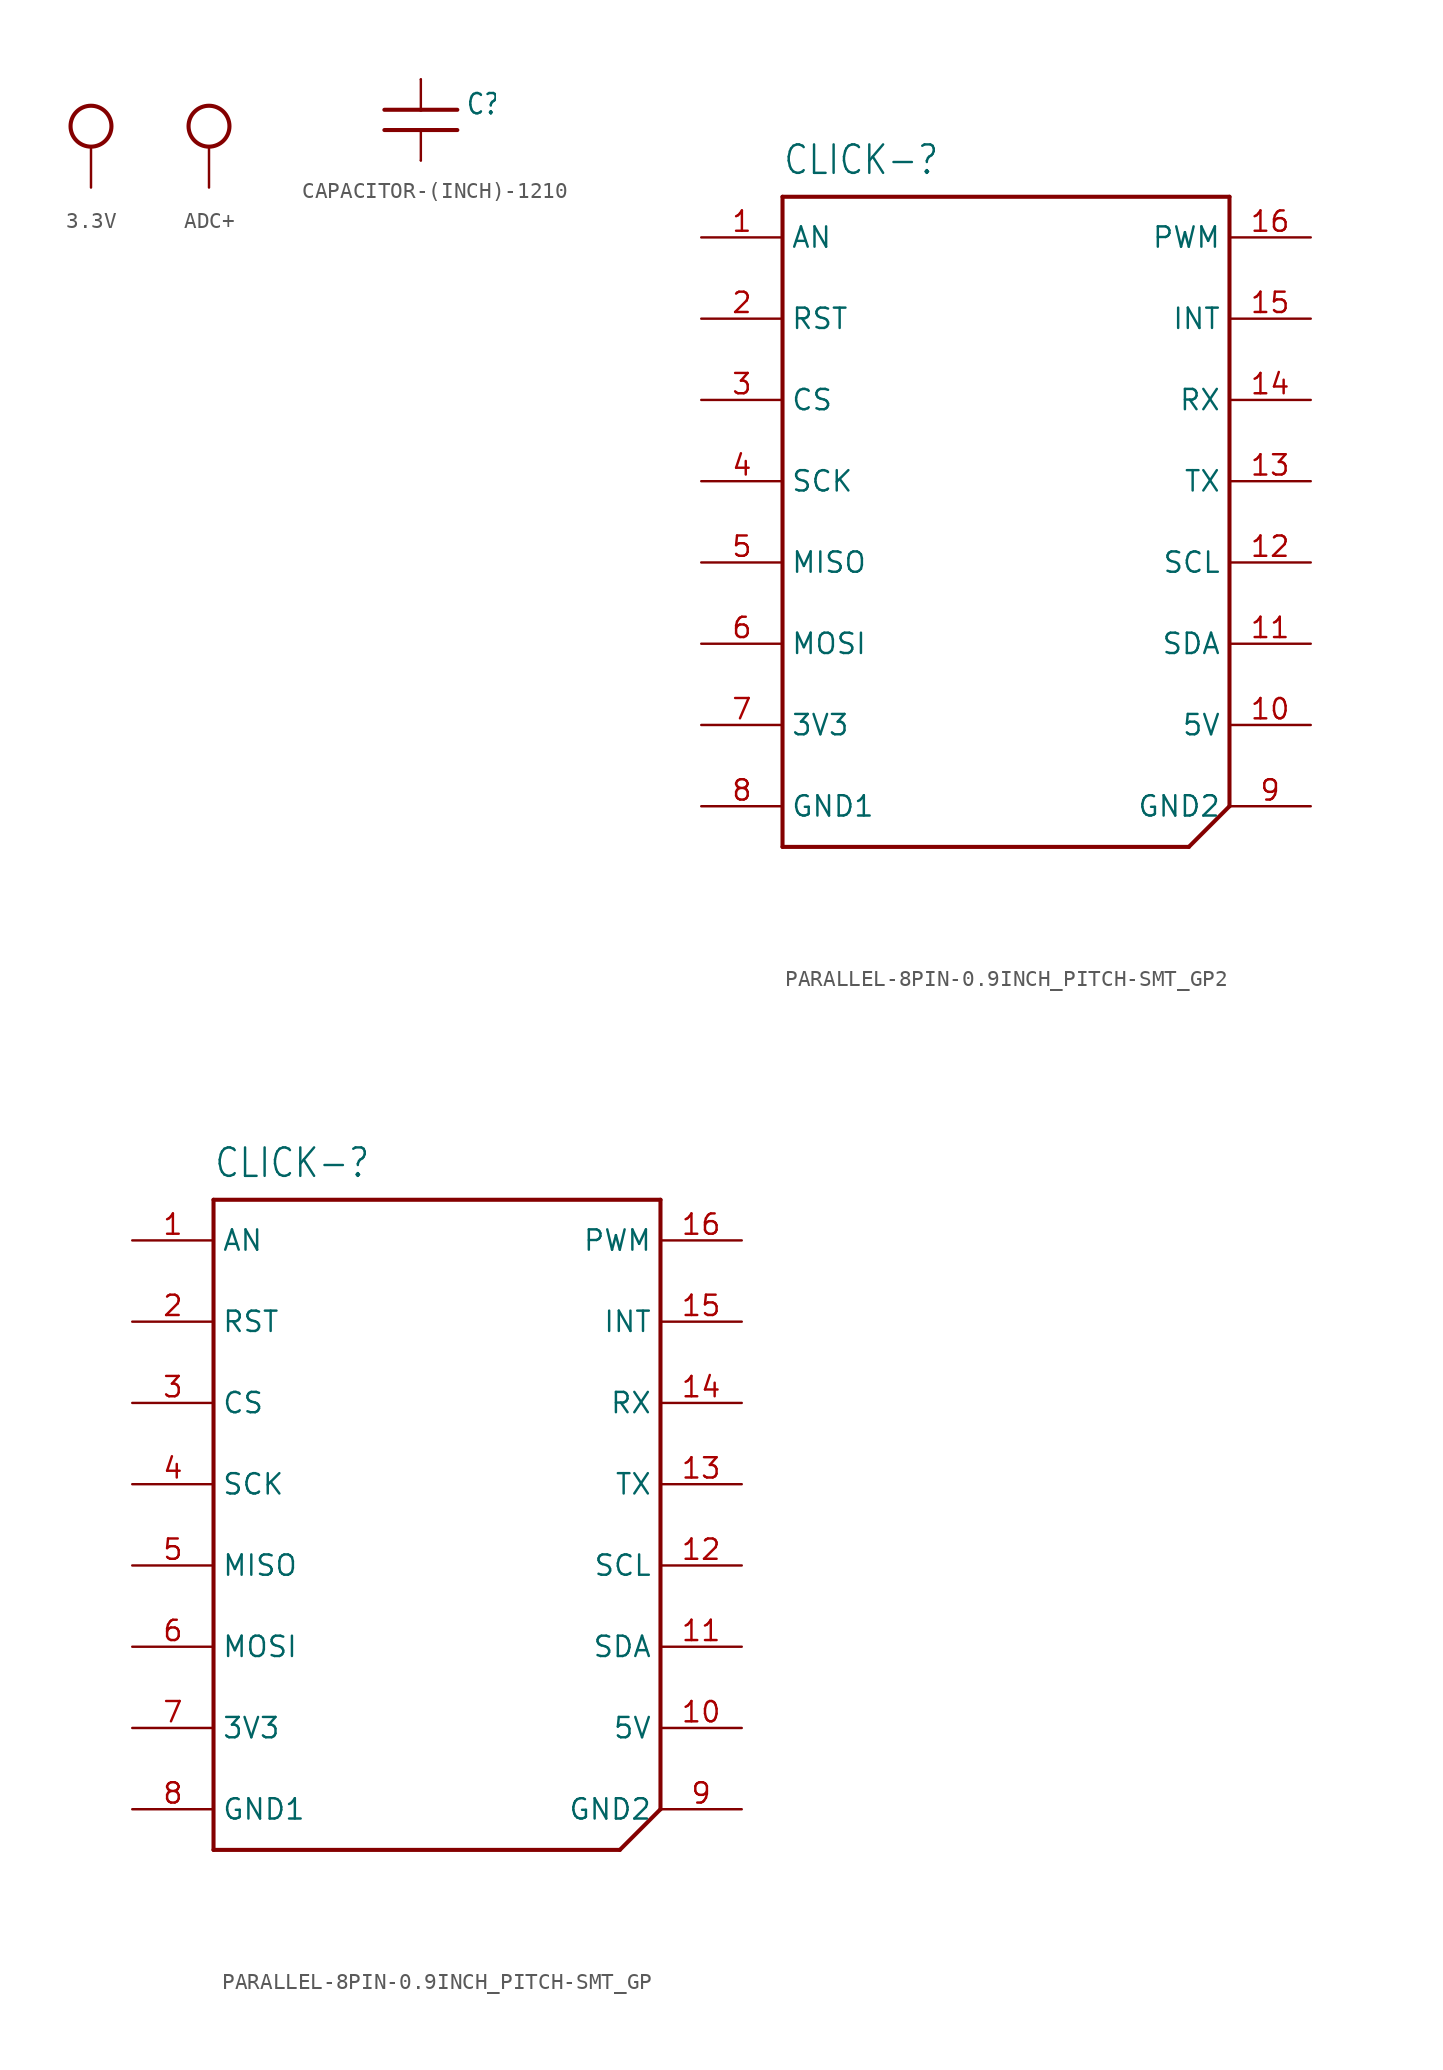
<source format=kicad_sym>
(kicad_symbol_lib
  (version 20231120)
  (generator "kicad_symbol_editor")
  (generator_version "8.0")
  (symbol "3.3V"
    (power)
    (property "Reference" "#SUPPLY"
      (at 0 0 0)
      (effects (font (size 1.27 1.27)) (hide yes)))
    (property "Value" ""
      (at 0 4.064 0)
      (effects (font (size 1.778 1.511))))
    (property "ki_locked" ""
      (at 0 0 0)
      (effects (font (size 1.27 1.27))))
    (symbol "3.3V_1_0"
      (circle (center 0 1.27) (radius 1.27) (stroke (width 0.254) (type solid)) (fill (type none)))
      (pin power_in line (at 0 -2.54 90) (length 2.54) (name "3.3V" (effects (font (size 0 0)))) (number "1" (effects (font (size 0 0)))))))
  (symbol "ADC+"
    (power)
    (property "Reference" "#SUPPLY"
      (at 0 0 0)
      (effects (font (size 1.27 1.27)) (hide yes)))
    (property "Value" ""
      (at 0 4.064 0)
      (effects (font (size 1.778 1.511))))
    (property "ki_locked" ""
      (at 0 0 0)
      (effects (font (size 1.27 1.27))))
    (symbol "ADC+_1_0"
      (circle (center 0 1.27) (radius 1.27) (stroke (width 0.254) (type solid)) (fill (type none)))
      (pin power_in line (at 0 -2.54 90) (length 2.54) (name "ADC+" (effects (font (size 0 0)))) (number "1" (effects (font (size 0 0)))))))
  (symbol "CAPACITOR-(INCH)-1210"
    (property "Reference" "C"
      (at 2.794 0.254 0)
      (effects (font (size 1.27 1.079)) (justify left bottom)))
    (property "Value" ""
      (at 2.794 -2.032 0)
      (effects (font (size 1.27 1.079)) (justify left bottom)))
    (property "ki_locked" ""
      (at 0 0 0)
      (effects (font (size 1.27 1.27))))
    (symbol "CAPACITOR-(INCH)-1210_1_0"
      (polyline (pts (xy 0 -2.54) (xy 0 -0.635)) (stroke (width 0.152) (type solid)) (fill (type none)))
      (polyline (pts (xy 0 -0.635) (xy -2.286 -0.635)) (stroke (width 0.254) (type solid)) (fill (type none)))
      (polyline (pts (xy 0 0.635) (xy -2.286 0.635)) (stroke (width 0.254) (type solid)) (fill (type none)))
      (polyline (pts (xy 0 2.54) (xy 0 0.635)) (stroke (width 0.152) (type solid)) (fill (type none)))
      (polyline (pts (xy 2.286 -0.635) (xy 0 -0.635)) (stroke (width 0.254) (type solid)) (fill (type none)))
      (polyline (pts (xy 2.286 0.635) (xy 0 0.635)) (stroke (width 0.254) (type solid)) (fill (type none)))
      (pin bidirectional line (at 0 2.54 0) (length 0) (name "1" (effects (font (size 0 0)))) (number "1" (effects (font (size 0 0)))))
      (pin bidirectional line (at 0 -2.54 0) (length 0) (name "2" (effects (font (size 0 0)))) (number "2" (effects (font (size 0 0)))))))
  (symbol "PARALLEL-8PIN-0.9INCH_PITCH-SMT_GP2"
    (property "Reference" "CLICK-"
      (at -15.24 21.59 0)
      (effects (font (size 1.778 1.511)) (justify left bottom)))
    (property "Value" ""
      (at -15.24 -22.86 0)
      (effects (font (size 1.778 1.511)) (justify left bottom)))
    (property "ki_locked" ""
      (at 0 0 0)
      (effects (font (size 1.27 1.27))))
    (symbol "PARALLEL-8PIN-0.9INCH_PITCH-SMT_GP2_1_0"
      (polyline (pts (xy -15.24 -20.32) (xy -15.24 20.32)) (stroke (width 0.254) (type solid)) (fill (type none)))
      (polyline (pts (xy -15.24 20.32) (xy 12.7 20.32)) (stroke (width 0.254) (type solid)) (fill (type none)))
      (polyline (pts (xy 10.16 -20.32) (xy -15.24 -20.32)) (stroke (width 0.254) (type solid)) (fill (type none)))
      (polyline (pts (xy 12.7 -17.78) (xy 10.16 -20.32)) (stroke (width 0.254) (type solid)) (fill (type none)))
      (polyline (pts (xy 12.7 20.32) (xy 12.7 -17.78)) (stroke (width 0.254) (type solid)) (fill (type none)))
      (pin bidirectional line (at -20.32 17.78 0) (length 5.08) (name "AN" (effects (font (size 1.27 1.27)))) (number "1" (effects (font (size 1.27 1.27)))))
      (pin bidirectional line (at 17.78 -12.7 180) (length 5.08) (name "5V" (effects (font (size 1.27 1.27)))) (number "10" (effects (font (size 1.27 1.27)))))
      (pin bidirectional line (at 17.78 -7.62 180) (length 5.08) (name "SDA" (effects (font (size 1.27 1.27)))) (number "11" (effects (font (size 1.27 1.27)))))
      (pin bidirectional line (at 17.78 -2.54 180) (length 5.08) (name "SCL" (effects (font (size 1.27 1.27)))) (number "12" (effects (font (size 1.27 1.27)))))
      (pin bidirectional line (at 17.78 2.54 180) (length 5.08) (name "TX" (effects (font (size 1.27 1.27)))) (number "13" (effects (font (size 1.27 1.27)))))
      (pin bidirectional line (at 17.78 7.62 180) (length 5.08) (name "RX" (effects (font (size 1.27 1.27)))) (number "14" (effects (font (size 1.27 1.27)))))
      (pin bidirectional line (at 17.78 12.7 180) (length 5.08) (name "INT" (effects (font (size 1.27 1.27)))) (number "15" (effects (font (size 1.27 1.27)))))
      (pin bidirectional line (at 17.78 17.78 180) (length 5.08) (name "PWM" (effects (font (size 1.27 1.27)))) (number "16" (effects (font (size 1.27 1.27)))))
      (pin bidirectional line (at -20.32 12.7 0) (length 5.08) (name "RST" (effects (font (size 1.27 1.27)))) (number "2" (effects (font (size 1.27 1.27)))))
      (pin bidirectional line (at -20.32 7.62 0) (length 5.08) (name "CS" (effects (font (size 1.27 1.27)))) (number "3" (effects (font (size 1.27 1.27)))))
      (pin bidirectional line (at -20.32 2.54 0) (length 5.08) (name "SCK" (effects (font (size 1.27 1.27)))) (number "4" (effects (font (size 1.27 1.27)))))
      (pin bidirectional line (at -20.32 -2.54 0) (length 5.08) (name "MISO" (effects (font (size 1.27 1.27)))) (number "5" (effects (font (size 1.27 1.27)))))
      (pin bidirectional line (at -20.32 -7.62 0) (length 5.08) (name "MOSI" (effects (font (size 1.27 1.27)))) (number "6" (effects (font (size 1.27 1.27)))))
      (pin bidirectional line (at -20.32 -12.7 0) (length 5.08) (name "3V3" (effects (font (size 1.27 1.27)))) (number "7" (effects (font (size 1.27 1.27)))))
      (pin bidirectional line (at -20.32 -17.78 0) (length 5.08) (name "GND1" (effects (font (size 1.27 1.27)))) (number "8" (effects (font (size 1.27 1.27)))))
      (pin bidirectional line (at 17.78 -17.78 180) (length 5.08) (name "GND2" (effects (font (size 1.27 1.27)))) (number "9" (effects (font (size 1.27 1.27)))))))
  (symbol "PARALLEL-8PIN-0.9INCH_PITCH-SMT_GP"
    (property "Reference" "CLICK-"
      (at -15.24 21.59 0)
      (effects (font (size 1.778 1.511)) (justify left bottom)))
    (property "Value" ""
      (at -15.24 -22.86 0)
      (effects (font (size 1.778 1.511)) (justify left bottom)))
    (property "ki_locked" ""
      (at 0 0 0)
      (effects (font (size 1.27 1.27))))
    (symbol "PARALLEL-8PIN-0.9INCH_PITCH-SMT_GP_1_0"
      (polyline (pts (xy -15.24 -20.32) (xy -15.24 20.32)) (stroke (width 0.254) (type solid)) (fill (type none)))
      (polyline (pts (xy -15.24 20.32) (xy 12.7 20.32)) (stroke (width 0.254) (type solid)) (fill (type none)))
      (polyline (pts (xy 10.16 -20.32) (xy -15.24 -20.32)) (stroke (width 0.254) (type solid)) (fill (type none)))
      (polyline (pts (xy 12.7 -17.78) (xy 10.16 -20.32)) (stroke (width 0.254) (type solid)) (fill (type none)))
      (polyline (pts (xy 12.7 20.32) (xy 12.7 -17.78)) (stroke (width 0.254) (type solid)) (fill (type none)))
      (pin bidirectional line (at -20.32 17.78 0) (length 5.08) (name "AN" (effects (font (size 1.27 1.27)))) (number "1" (effects (font (size 1.27 1.27)))))
      (pin bidirectional line (at 17.78 -12.7 180) (length 5.08) (name "5V" (effects (font (size 1.27 1.27)))) (number "10" (effects (font (size 1.27 1.27)))))
      (pin bidirectional line (at 17.78 -7.62 180) (length 5.08) (name "SDA" (effects (font (size 1.27 1.27)))) (number "11" (effects (font (size 1.27 1.27)))))
      (pin bidirectional line (at 17.78 -2.54 180) (length 5.08) (name "SCL" (effects (font (size 1.27 1.27)))) (number "12" (effects (font (size 1.27 1.27)))))
      (pin bidirectional line (at 17.78 2.54 180) (length 5.08) (name "TX" (effects (font (size 1.27 1.27)))) (number "13" (effects (font (size 1.27 1.27)))))
      (pin bidirectional line (at 17.78 7.62 180) (length 5.08) (name "RX" (effects (font (size 1.27 1.27)))) (number "14" (effects (font (size 1.27 1.27)))))
      (pin bidirectional line (at 17.78 12.7 180) (length 5.08) (name "INT" (effects (font (size 1.27 1.27)))) (number "15" (effects (font (size 1.27 1.27)))))
      (pin bidirectional line (at 17.78 17.78 180) (length 5.08) (name "PWM" (effects (font (size 1.27 1.27)))) (number "16" (effects (font (size 1.27 1.27)))))
      (pin bidirectional line (at -20.32 12.7 0) (length 5.08) (name "RST" (effects (font (size 1.27 1.27)))) (number "2" (effects (font (size 1.27 1.27)))))
      (pin bidirectional line (at -20.32 7.62 0) (length 5.08) (name "CS" (effects (font (size 1.27 1.27)))) (number "3" (effects (font (size 1.27 1.27)))))
      (pin bidirectional line (at -20.32 2.54 0) (length 5.08) (name "SCK" (effects (font (size 1.27 1.27)))) (number "4" (effects (font (size 1.27 1.27)))))
      (pin bidirectional line (at -20.32 -2.54 0) (length 5.08) (name "MISO" (effects (font (size 1.27 1.27)))) (number "5" (effects (font (size 1.27 1.27)))))
      (pin bidirectional line (at -20.32 -7.62 0) (length 5.08) (name "MOSI" (effects (font (size 1.27 1.27)))) (number "6" (effects (font (size 1.27 1.27)))))
      (pin bidirectional line (at -20.32 -12.7 0) (length 5.08) (name "3V3" (effects (font (size 1.27 1.27)))) (number "7" (effects (font (size 1.27 1.27)))))
      (pin bidirectional line (at -20.32 -17.78 0) (length 5.08) (name "GND1" (effects (font (size 1.27 1.27)))) (number "8" (effects (font (size 1.27 1.27)))))
      (pin bidirectional line (at 17.78 -17.78 180) (length 5.08) (name "GND2" (effects (font (size 1.27 1.27)))) (number "9" (effects (font (size 1.27 1.27))))))))
</source>
